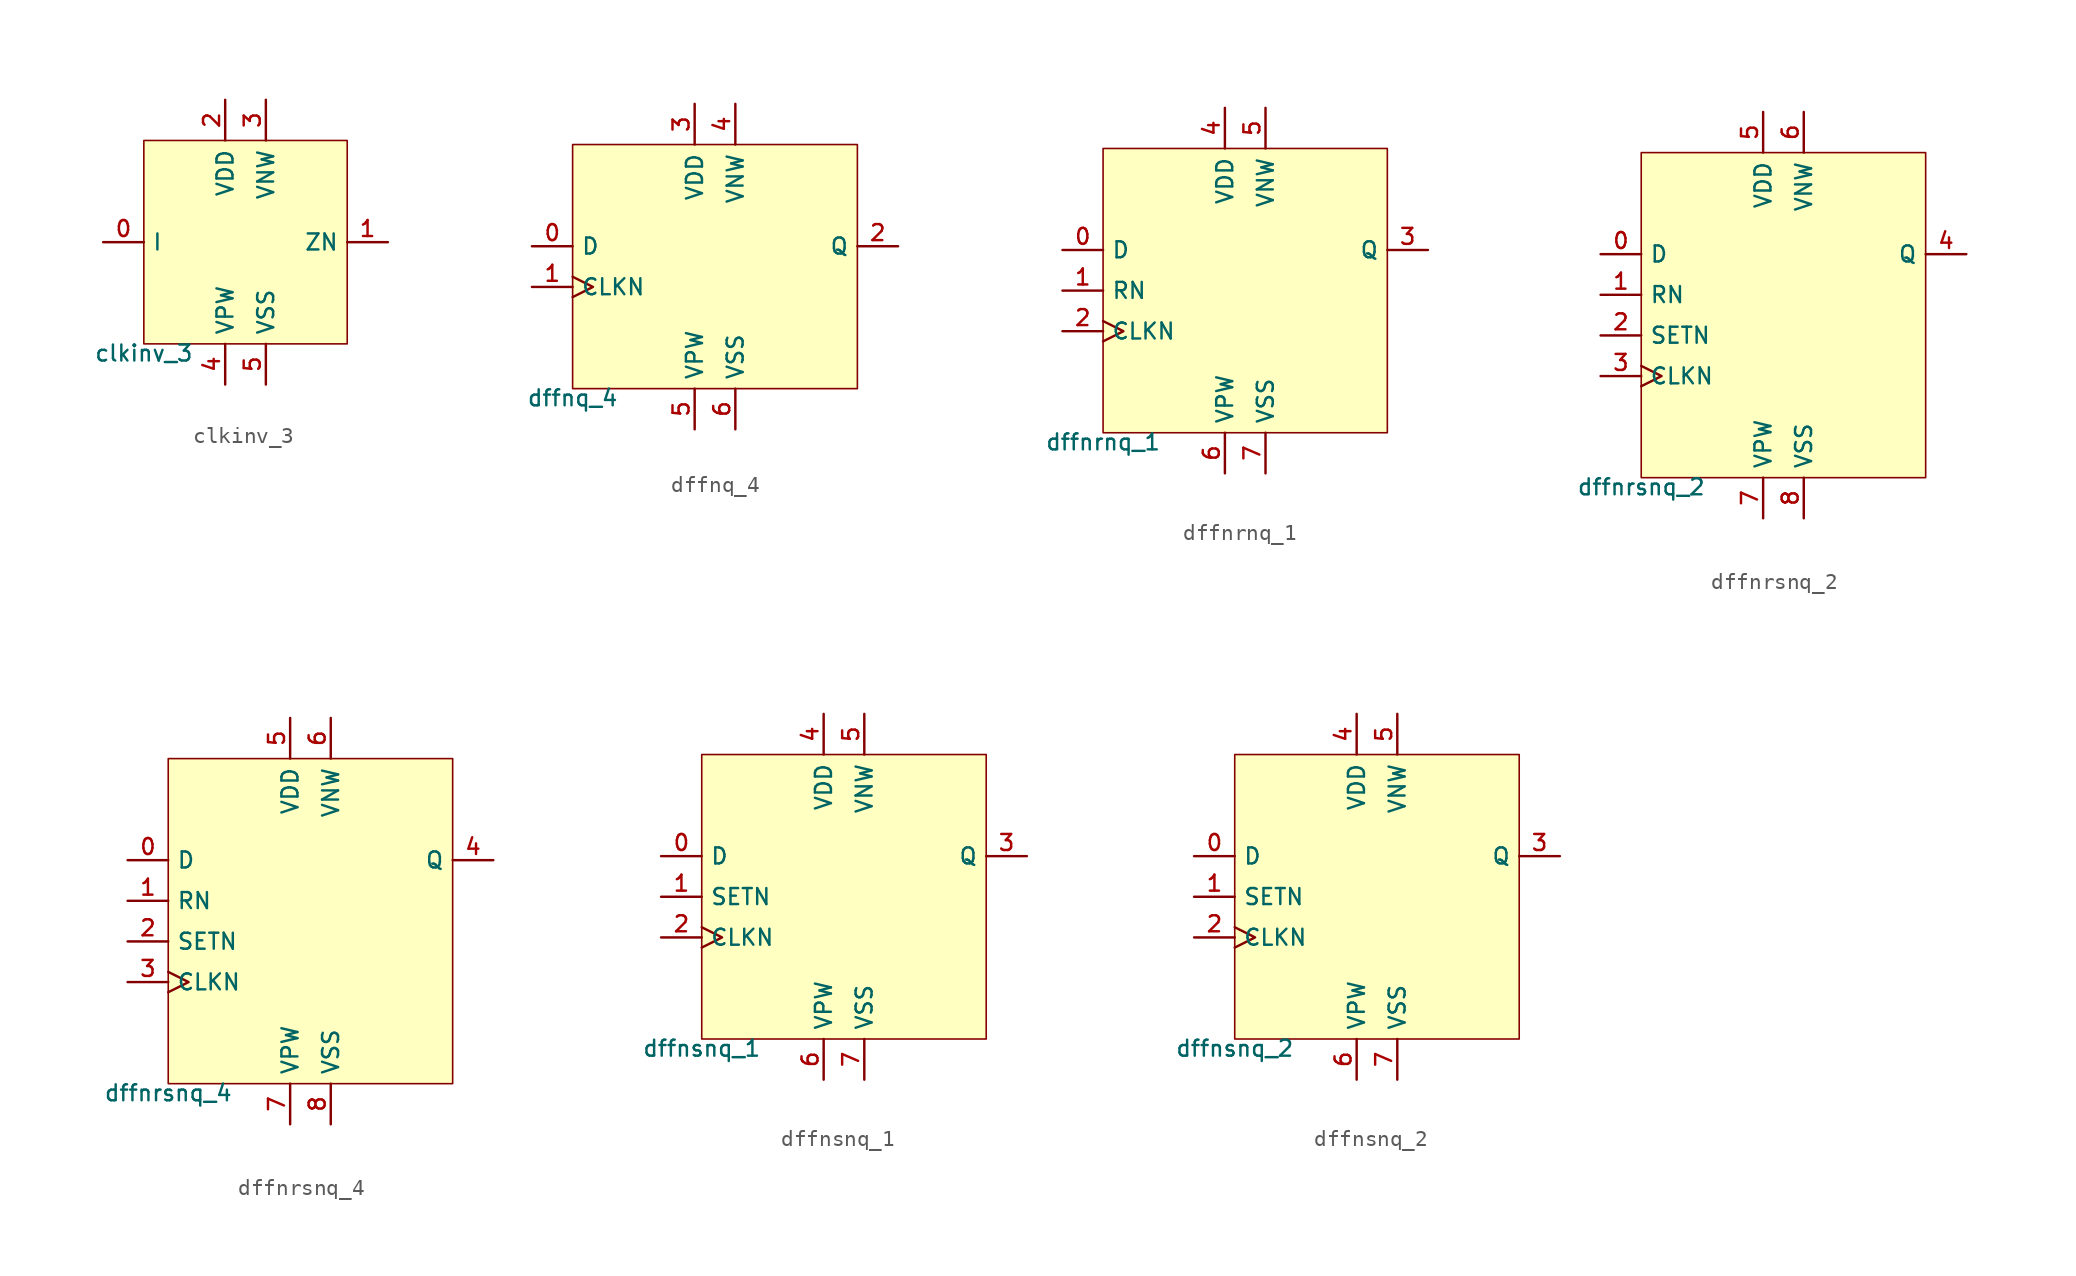
<source format=kicad_sym>
(kicad_symbol_lib
  (version 20211014)
  (generator pdk2kicad)
  (symbol "clkinv_3"
    (property "Reference" "X"
      (at 0 0 0)
      (effects (font (size 1 1)) hide))
    (property "Value" "clkinv_3"
      (at -6.35 -6.35 0)
      (effects (font (size 1 1)) (justify top)))
    (rectangle
      (start -6.35 -6.35)
      (end 6.35 6.35)
      (stroke (width 0.1) (type solid) (color 0 0 0 0))
      (fill (type background)))
    (pin input line
      (at -8.89 -4.440892098500626e-16 0)
      (length 2.54)
      (name "I" (effects (font (size 1 1)) hide))
      (number "0" (effects (font (size 1 1)) hide)))
    (pin output line
      (at 8.89 -4.440892098500626e-16 180)
      (length 2.54)
      (name "ZN" (effects (font (size 1 1)) hide))
      (number "1" (effects (font (size 1 1)) hide)))
    (pin power_in line
      (at -1.27 8.89 270)
      (length 2.54)
      (name "VDD" (effects (font (size 1 1)) hide))
      (number "2" (effects (font (size 1 1)) hide)))
    (pin power_in line
      (at 1.27 8.89 270)
      (length 2.54)
      (name "VNW" (effects (font (size 1 1)) hide))
      (number "3" (effects (font (size 1 1)) hide)))
    (pin power_in line
      (at -1.27 -8.89 90)
      (length 2.54)
      (name "VPW" (effects (font (size 1 1)) hide))
      (number "4" (effects (font (size 1 1)) hide)))
    (pin power_in line
      (at 1.27 -8.89 90)
      (length 2.54)
      (name "VSS" (effects (font (size 1 1)) hide))
      (number "5" (effects (font (size 1 1)) hide))))
  (symbol "dffnq_4"
    (property "Reference" "X"
      (at 0 0 0)
      (effects (font (size 1 1)) hide))
    (property "Value" "dffnq_4"
      (at -8.89 -7.62 0)
      (effects (font (size 1 1)) (justify top)))
    (rectangle
      (start -8.89 -7.62)
      (end 8.89 7.62)
      (stroke (width 0.1) (type solid) (color 0 0 0 0))
      (fill (type background)))
    (pin input line
      (at -11.43 1.27 0)
      (length 2.54)
      (name "D" (effects (font (size 1 1)) hide))
      (number "0" (effects (font (size 1 1)) hide)))
    (pin input clock
      (at -11.43 -1.27 0)
      (length 2.54)
      (name "CLKN" (effects (font (size 1 1)) hide))
      (number "1" (effects (font (size 1 1)) hide)))
    (pin output line
      (at 11.43 1.27 180)
      (length 2.54)
      (name "Q" (effects (font (size 1 1)) hide))
      (number "2" (effects (font (size 1 1)) hide)))
    (pin power_in line
      (at -1.27 10.16 270)
      (length 2.54)
      (name "VDD" (effects (font (size 1 1)) hide))
      (number "3" (effects (font (size 1 1)) hide)))
    (pin power_in line
      (at 1.27 10.16 270)
      (length 2.54)
      (name "VNW" (effects (font (size 1 1)) hide))
      (number "4" (effects (font (size 1 1)) hide)))
    (pin power_in line
      (at -1.27 -10.16 90)
      (length 2.54)
      (name "VPW" (effects (font (size 1 1)) hide))
      (number "5" (effects (font (size 1 1)) hide)))
    (pin power_in line
      (at 1.27 -10.16 90)
      (length 2.54)
      (name "VSS" (effects (font (size 1 1)) hide))
      (number "6" (effects (font (size 1 1)) hide))))
  (symbol "dffnrnq_1"
    (property "Reference" "X"
      (at 0 0 0)
      (effects (font (size 1 1)) hide))
    (property "Value" "dffnrnq_1"
      (at -8.89 -8.89 0)
      (effects (font (size 1 1)) (justify top)))
    (rectangle
      (start -8.89 -8.89)
      (end 8.89 8.89)
      (stroke (width 0.1) (type solid) (color 0 0 0 0))
      (fill (type background)))
    (pin input line
      (at -11.43 2.54 0)
      (length 2.54)
      (name "D" (effects (font (size 1 1)) hide))
      (number "0" (effects (font (size 1 1)) hide)))
    (pin input line
      (at -11.43 4.440892098500626e-16 0)
      (length 2.54)
      (name "RN" (effects (font (size 1 1)) hide))
      (number "1" (effects (font (size 1 1)) hide)))
    (pin input clock
      (at -11.43 -2.54 0)
      (length 2.54)
      (name "CLKN" (effects (font (size 1 1)) hide))
      (number "2" (effects (font (size 1 1)) hide)))
    (pin output line
      (at 11.43 2.54 180)
      (length 2.54)
      (name "Q" (effects (font (size 1 1)) hide))
      (number "3" (effects (font (size 1 1)) hide)))
    (pin power_in line
      (at -1.27 11.43 270)
      (length 2.54)
      (name "VDD" (effects (font (size 1 1)) hide))
      (number "4" (effects (font (size 1 1)) hide)))
    (pin power_in line
      (at 1.27 11.43 270)
      (length 2.54)
      (name "VNW" (effects (font (size 1 1)) hide))
      (number "5" (effects (font (size 1 1)) hide)))
    (pin power_in line
      (at -1.27 -11.43 90)
      (length 2.54)
      (name "VPW" (effects (font (size 1 1)) hide))
      (number "6" (effects (font (size 1 1)) hide)))
    (pin power_in line
      (at 1.27 -11.43 90)
      (length 2.54)
      (name "VSS" (effects (font (size 1 1)) hide))
      (number "7" (effects (font (size 1 1)) hide))))
  (symbol "dffnrsnq_2"
    (property "Reference" "X"
      (at 0 0 0)
      (effects (font (size 1 1)) hide))
    (property "Value" "dffnrsnq_2"
      (at -8.89 -10.16 0)
      (effects (font (size 1 1)) (justify top)))
    (rectangle
      (start -8.89 -10.16)
      (end 8.89 10.16)
      (stroke (width 0.1) (type solid) (color 0 0 0 0))
      (fill (type background)))
    (pin input line
      (at -11.43 3.81 0)
      (length 2.54)
      (name "D" (effects (font (size 1 1)) hide))
      (number "0" (effects (font (size 1 1)) hide)))
    (pin input line
      (at -11.43 1.27 0)
      (length 2.54)
      (name "RN" (effects (font (size 1 1)) hide))
      (number "1" (effects (font (size 1 1)) hide)))
    (pin input line
      (at -11.43 -1.27 0)
      (length 2.54)
      (name "SETN" (effects (font (size 1 1)) hide))
      (number "2" (effects (font (size 1 1)) hide)))
    (pin input clock
      (at -11.43 -3.81 0)
      (length 2.54)
      (name "CLKN" (effects (font (size 1 1)) hide))
      (number "3" (effects (font (size 1 1)) hide)))
    (pin output line
      (at 11.43 3.81 180)
      (length 2.54)
      (name "Q" (effects (font (size 1 1)) hide))
      (number "4" (effects (font (size 1 1)) hide)))
    (pin power_in line
      (at -1.27 12.7 270)
      (length 2.54)
      (name "VDD" (effects (font (size 1 1)) hide))
      (number "5" (effects (font (size 1 1)) hide)))
    (pin power_in line
      (at 1.27 12.7 270)
      (length 2.54)
      (name "VNW" (effects (font (size 1 1)) hide))
      (number "6" (effects (font (size 1 1)) hide)))
    (pin power_in line
      (at -1.27 -12.7 90)
      (length 2.54)
      (name "VPW" (effects (font (size 1 1)) hide))
      (number "7" (effects (font (size 1 1)) hide)))
    (pin power_in line
      (at 1.27 -12.7 90)
      (length 2.54)
      (name "VSS" (effects (font (size 1 1)) hide))
      (number "8" (effects (font (size 1 1)) hide))))
  (symbol "dffnrsnq_4"
    (property "Reference" "X"
      (at 0 0 0)
      (effects (font (size 1 1)) hide))
    (property "Value" "dffnrsnq_4"
      (at -8.89 -10.16 0)
      (effects (font (size 1 1)) (justify top)))
    (rectangle
      (start -8.89 -10.16)
      (end 8.89 10.16)
      (stroke (width 0.1) (type solid) (color 0 0 0 0))
      (fill (type background)))
    (pin input line
      (at -11.43 3.81 0)
      (length 2.54)
      (name "D" (effects (font (size 1 1)) hide))
      (number "0" (effects (font (size 1 1)) hide)))
    (pin input line
      (at -11.43 1.27 0)
      (length 2.54)
      (name "RN" (effects (font (size 1 1)) hide))
      (number "1" (effects (font (size 1 1)) hide)))
    (pin input line
      (at -11.43 -1.27 0)
      (length 2.54)
      (name "SETN" (effects (font (size 1 1)) hide))
      (number "2" (effects (font (size 1 1)) hide)))
    (pin input clock
      (at -11.43 -3.81 0)
      (length 2.54)
      (name "CLKN" (effects (font (size 1 1)) hide))
      (number "3" (effects (font (size 1 1)) hide)))
    (pin output line
      (at 11.43 3.81 180)
      (length 2.54)
      (name "Q" (effects (font (size 1 1)) hide))
      (number "4" (effects (font (size 1 1)) hide)))
    (pin power_in line
      (at -1.27 12.7 270)
      (length 2.54)
      (name "VDD" (effects (font (size 1 1)) hide))
      (number "5" (effects (font (size 1 1)) hide)))
    (pin power_in line
      (at 1.27 12.7 270)
      (length 2.54)
      (name "VNW" (effects (font (size 1 1)) hide))
      (number "6" (effects (font (size 1 1)) hide)))
    (pin power_in line
      (at -1.27 -12.7 90)
      (length 2.54)
      (name "VPW" (effects (font (size 1 1)) hide))
      (number "7" (effects (font (size 1 1)) hide)))
    (pin power_in line
      (at 1.27 -12.7 90)
      (length 2.54)
      (name "VSS" (effects (font (size 1 1)) hide))
      (number "8" (effects (font (size 1 1)) hide))))
  (symbol "dffnsnq_1"
    (property "Reference" "X"
      (at 0 0 0)
      (effects (font (size 1 1)) hide))
    (property "Value" "dffnsnq_1"
      (at -8.89 -8.89 0)
      (effects (font (size 1 1)) (justify top)))
    (rectangle
      (start -8.89 -8.89)
      (end 8.89 8.89)
      (stroke (width 0.1) (type solid) (color 0 0 0 0))
      (fill (type background)))
    (pin input line
      (at -11.43 2.54 0)
      (length 2.54)
      (name "D" (effects (font (size 1 1)) hide))
      (number "0" (effects (font (size 1 1)) hide)))
    (pin input line
      (at -11.43 4.440892098500626e-16 0)
      (length 2.54)
      (name "SETN" (effects (font (size 1 1)) hide))
      (number "1" (effects (font (size 1 1)) hide)))
    (pin input clock
      (at -11.43 -2.54 0)
      (length 2.54)
      (name "CLKN" (effects (font (size 1 1)) hide))
      (number "2" (effects (font (size 1 1)) hide)))
    (pin output line
      (at 11.43 2.54 180)
      (length 2.54)
      (name "Q" (effects (font (size 1 1)) hide))
      (number "3" (effects (font (size 1 1)) hide)))
    (pin power_in line
      (at -1.27 11.43 270)
      (length 2.54)
      (name "VDD" (effects (font (size 1 1)) hide))
      (number "4" (effects (font (size 1 1)) hide)))
    (pin power_in line
      (at 1.27 11.43 270)
      (length 2.54)
      (name "VNW" (effects (font (size 1 1)) hide))
      (number "5" (effects (font (size 1 1)) hide)))
    (pin power_in line
      (at -1.27 -11.43 90)
      (length 2.54)
      (name "VPW" (effects (font (size 1 1)) hide))
      (number "6" (effects (font (size 1 1)) hide)))
    (pin power_in line
      (at 1.27 -11.43 90)
      (length 2.54)
      (name "VSS" (effects (font (size 1 1)) hide))
      (number "7" (effects (font (size 1 1)) hide))))
  (symbol "dffnsnq_2"
    (property "Reference" "X"
      (at 0 0 0)
      (effects (font (size 1 1)) hide))
    (property "Value" "dffnsnq_2"
      (at -8.89 -8.89 0)
      (effects (font (size 1 1)) (justify top)))
    (rectangle
      (start -8.89 -8.89)
      (end 8.89 8.89)
      (stroke (width 0.1) (type solid) (color 0 0 0 0))
      (fill (type background)))
    (pin input line
      (at -11.43 2.54 0)
      (length 2.54)
      (name "D" (effects (font (size 1 1)) hide))
      (number "0" (effects (font (size 1 1)) hide)))
    (pin input line
      (at -11.43 4.440892098500626e-16 0)
      (length 2.54)
      (name "SETN" (effects (font (size 1 1)) hide))
      (number "1" (effects (font (size 1 1)) hide)))
    (pin input clock
      (at -11.43 -2.54 0)
      (length 2.54)
      (name "CLKN" (effects (font (size 1 1)) hide))
      (number "2" (effects (font (size 1 1)) hide)))
    (pin output line
      (at 11.43 2.54 180)
      (length 2.54)
      (name "Q" (effects (font (size 1 1)) hide))
      (number "3" (effects (font (size 1 1)) hide)))
    (pin power_in line
      (at -1.27 11.43 270)
      (length 2.54)
      (name "VDD" (effects (font (size 1 1)) hide))
      (number "4" (effects (font (size 1 1)) hide)))
    (pin power_in line
      (at 1.27 11.43 270)
      (length 2.54)
      (name "VNW" (effects (font (size 1 1)) hide))
      (number "5" (effects (font (size 1 1)) hide)))
    (pin power_in line
      (at -1.27 -11.43 90)
      (length 2.54)
      (name "VPW" (effects (font (size 1 1)) hide))
      (number "6" (effects (font (size 1 1)) hide)))
    (pin power_in line
      (at 1.27 -11.43 90)
      (length 2.54)
      (name "VSS" (effects (font (size 1 1)) hide))
      (number "7" (effects (font (size 1 1)) hide)))))
</source>
